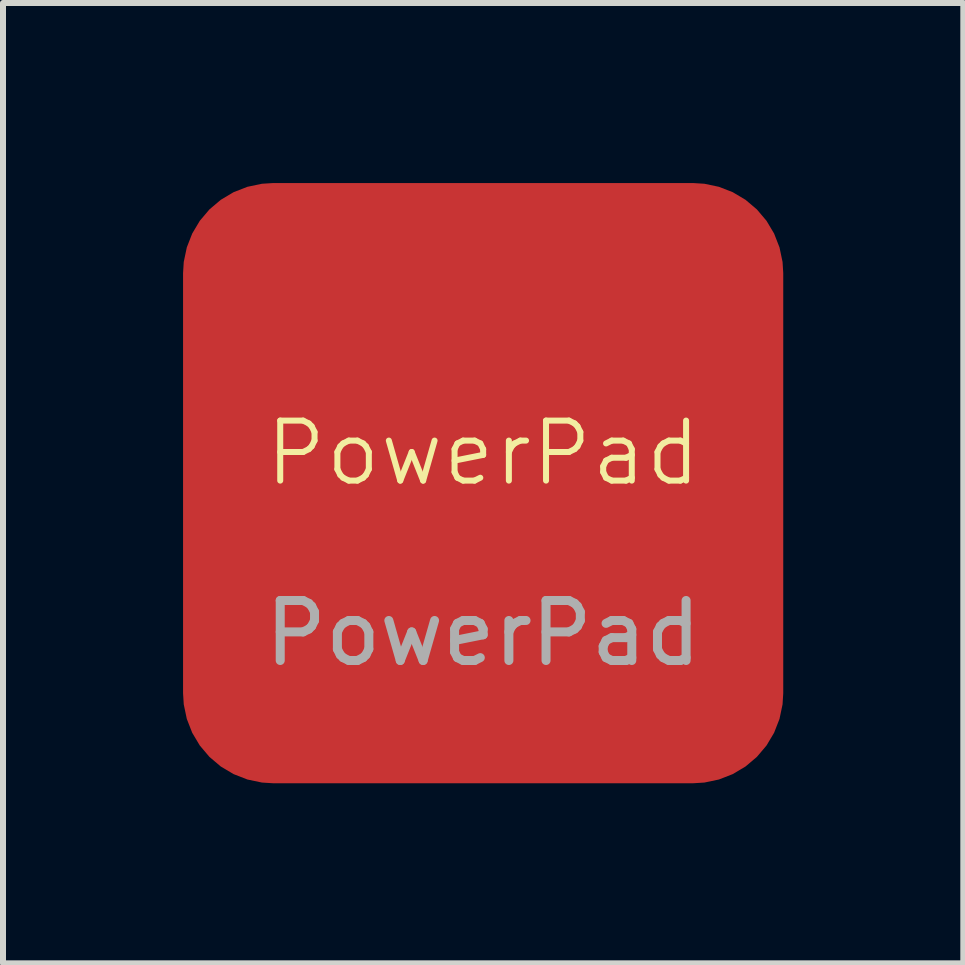
<source format=kicad_pcb>
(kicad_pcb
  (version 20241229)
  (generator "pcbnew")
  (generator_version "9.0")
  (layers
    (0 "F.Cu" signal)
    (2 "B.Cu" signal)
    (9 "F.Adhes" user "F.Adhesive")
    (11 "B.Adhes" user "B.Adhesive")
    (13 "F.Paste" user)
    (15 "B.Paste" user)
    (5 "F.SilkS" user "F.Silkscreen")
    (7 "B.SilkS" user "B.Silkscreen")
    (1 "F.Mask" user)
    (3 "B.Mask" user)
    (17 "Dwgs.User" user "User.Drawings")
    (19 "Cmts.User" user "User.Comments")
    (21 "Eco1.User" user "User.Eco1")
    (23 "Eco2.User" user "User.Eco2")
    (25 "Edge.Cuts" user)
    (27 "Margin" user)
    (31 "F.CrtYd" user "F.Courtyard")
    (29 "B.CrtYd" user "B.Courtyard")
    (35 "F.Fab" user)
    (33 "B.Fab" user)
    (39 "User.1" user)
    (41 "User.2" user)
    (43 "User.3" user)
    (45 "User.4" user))
  (footprint "PowerPad"
    (layer "F.Cu")
    (at 5 5)
    (property "Reference" "PowerPad" (at 0 -0.5 0) (unlocked yes) (layer "F.SilkS") (effects (font (size 1 1) (thickness 0.1))))
    (attr smd)
    (fp_text user "${REFERENCE}" (at 0 2.5 0) (unlocked yes) (layer "F.Fab") (effects (font (size 1 1) (thickness 0.15))))
    (pad "1" smd roundrect (at 0 0) (size 10 10) (layers "F.Cu" "F.Mask" "F.Paste") (roundrect_rratio 0.15)))
  (gr_rect
    (start -3 -3)
    (end 13 13)
    (stroke (width 0.1) (type default))
    (fill no)
    (layer "Edge.Cuts")))
</source>
